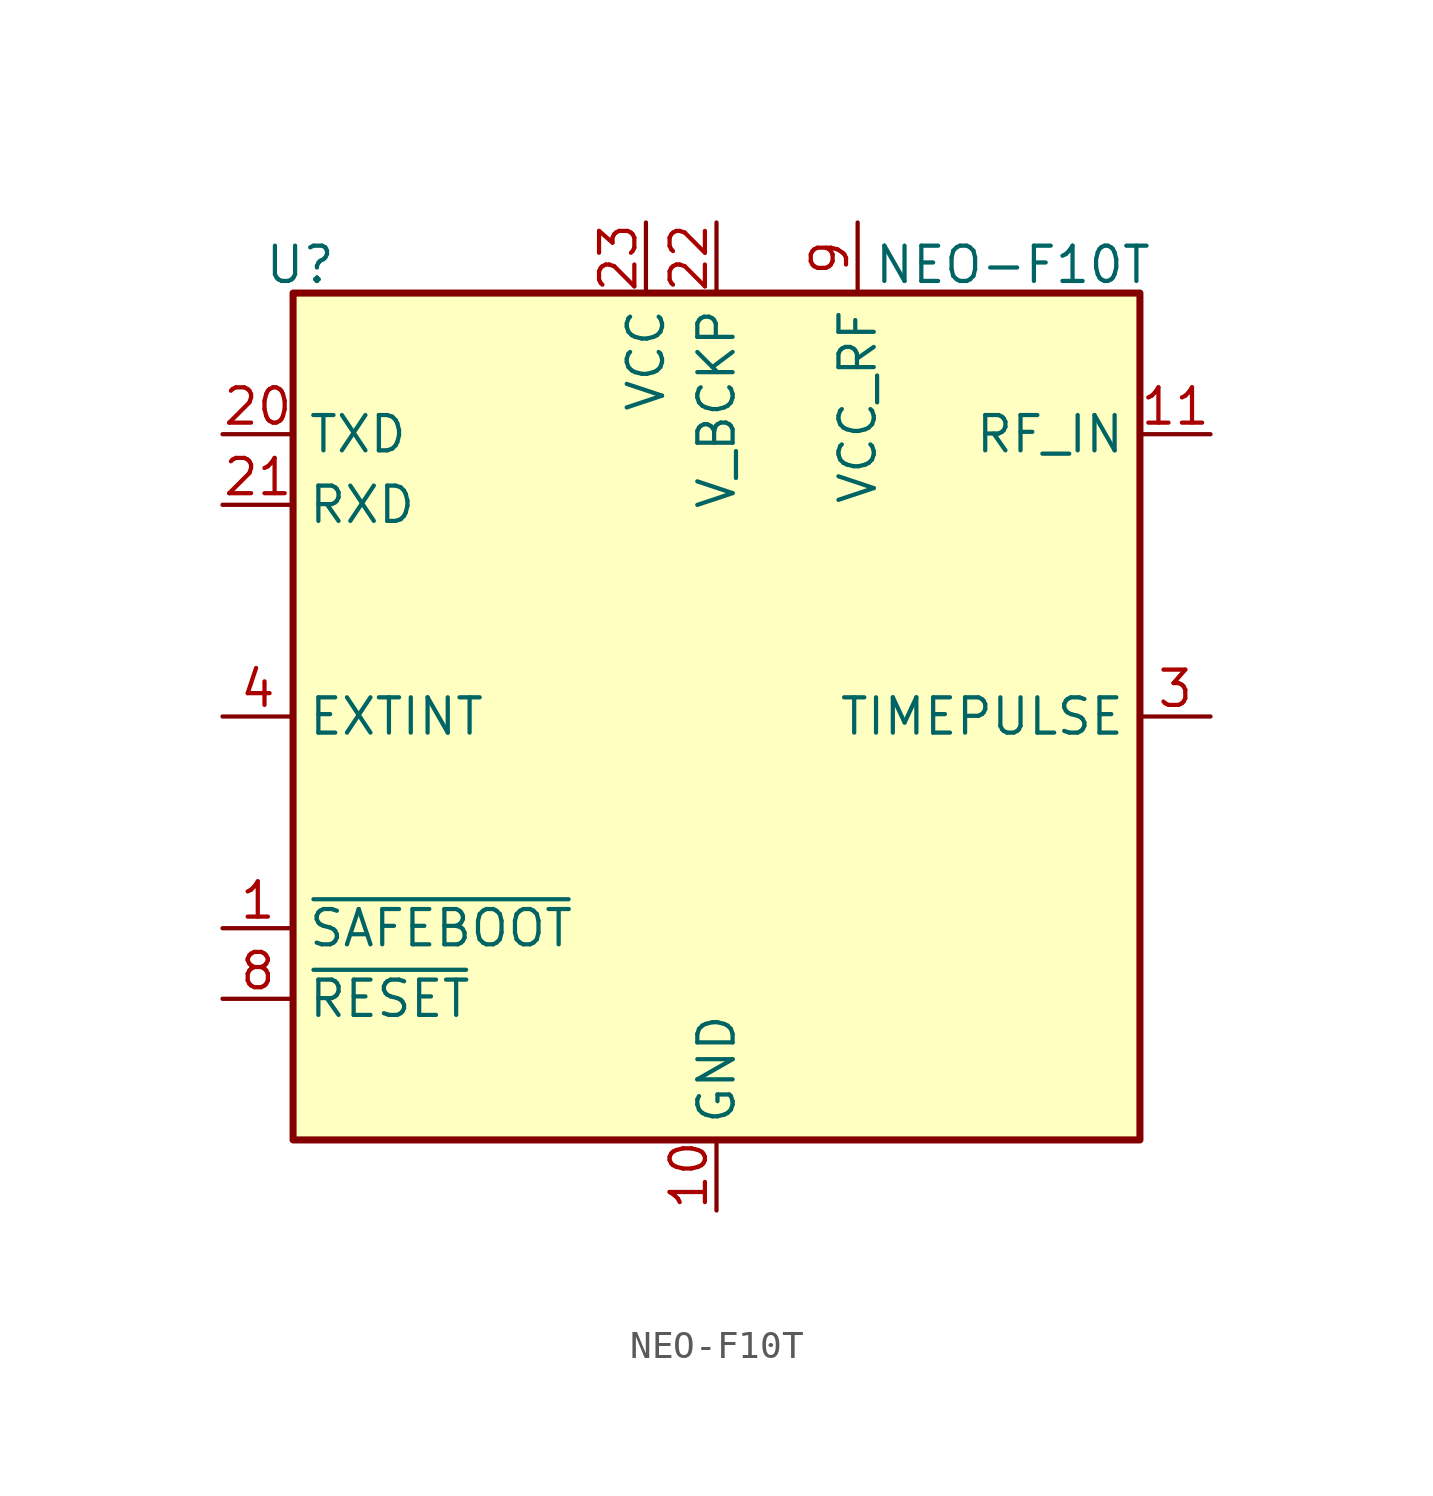
<source format=kicad_sym>
(kicad_symbol_lib
  (version 20231120)
  (generator "kicad_symbol_editor")
  (generator_version "8.0")
  (symbol "NEO-F10T"
    (property "Reference" "U"
      (at -14.986 16.256 0)
      (effects (font (size 1.27 1.27))))
    (property "Value" "NEO-F10T"
      (at 10.668 16.256 0)
      (effects (font (size 1.27 1.27))))
    (symbol "NEO-F10T_0_1"
      (rectangle (start -15.24 15.24) (end 15.24 -15.24) (stroke (width 0.254) (type default)) (fill (type background))))
    (symbol "NEO-F10T_1_1"
      (pin input line (at -17.78 -7.62 0) (length 2.54) (name "~{SAFEBOOT}" (effects (font (size 1.27 1.27)))) (number "1" (effects (font (size 1.27 1.27)))))
      (pin power_in line (at 0 -17.78 90) (length 2.54) (name "GND" (effects (font (size 1.27 1.27)))) (number "10" (effects (font (size 1.27 1.27)))))
      (pin input line (at 17.78 10.16 180) (length 2.54) (name "RF_IN" (effects (font (size 1.27 1.27)))) (number "11" (effects (font (size 1.27 1.27)))))
      (pin passive line (at 0 -17.78 90) (length 2.54) hide (name "GND" (effects (font (size 1.27 1.27)))) (number "12" (effects (font (size 1.27 1.27)))))
      (pin passive line (at 0 -17.78 90) (length 2.54) hide (name "GND" (effects (font (size 1.27 1.27)))) (number "13" (effects (font (size 1.27 1.27)))))
      (pin no_connect line (at -15.24 5.08 0) (length 2.54) hide (name "RESERVED" (effects (font (size 1.27 1.27)))) (number "14" (effects (font (size 1.27 1.27)))))
      (pin no_connect line (at -15.24 2.54 0) (length 2.54) hide (name "RESERVED" (effects (font (size 1.27 1.27)))) (number "15" (effects (font (size 1.27 1.27)))))
      (pin no_connect line (at -15.24 -2.54 0) (length 2.54) hide (name "RESERVED" (effects (font (size 1.27 1.27)))) (number "16" (effects (font (size 1.27 1.27)))))
      (pin no_connect line (at -15.24 -5.08 0) (length 2.54) hide (name "RESERVED" (effects (font (size 1.27 1.27)))) (number "17" (effects (font (size 1.27 1.27)))))
      (pin no_connect line (at 15.24 -5.08 180) (length 2.54) hide (name "RESERVED" (effects (font (size 1.27 1.27)))) (number "18" (effects (font (size 1.27 1.27)))))
      (pin no_connect line (at 15.24 -7.62 180) (length 2.54) hide (name "RESERVED" (effects (font (size 1.27 1.27)))) (number "19" (effects (font (size 1.27 1.27)))))
      (pin no_connect line (at 15.24 7.62 180) (length 2.54) hide (name "RESERVED" (effects (font (size 1.27 1.27)))) (number "2" (effects (font (size 1.27 1.27)))))
      (pin output line (at -17.78 10.16 0) (length 2.54) (name "TXD" (effects (font (size 1.27 1.27)))) (number "20" (effects (font (size 1.27 1.27)))))
      (pin input line (at -17.78 7.62 0) (length 2.54) (name "RXD" (effects (font (size 1.27 1.27)))) (number "21" (effects (font (size 1.27 1.27)))))
      (pin power_in line (at 0 17.78 270) (length 2.54) (name "V_BCKP" (effects (font (size 1.27 1.27)))) (number "22" (effects (font (size 1.27 1.27)))))
      (pin power_in line (at -2.54 17.78 270) (length 2.54) (name "VCC" (effects (font (size 1.27 1.27)))) (number "23" (effects (font (size 1.27 1.27)))))
      (pin passive line (at 0 -17.78 90) (length 2.54) hide (name "GND" (effects (font (size 1.27 1.27)))) (number "24" (effects (font (size 1.27 1.27)))))
      (pin output line (at 17.78 0 180) (length 2.54) (name "TIMEPULSE" (effects (font (size 1.27 1.27)))) (number "3" (effects (font (size 1.27 1.27)))))
      (pin input line (at -17.78 0 0) (length 2.54) (name "EXTINT" (effects (font (size 1.27 1.27)))) (number "4" (effects (font (size 1.27 1.27)))))
      (pin no_connect line (at 15.24 5.08 180) (length 2.54) hide (name "RESERVED" (effects (font (size 1.27 1.27)))) (number "5" (effects (font (size 1.27 1.27)))))
      (pin no_connect line (at 15.24 2.54 180) (length 2.54) hide (name "RESERVED" (effects (font (size 1.27 1.27)))) (number "6" (effects (font (size 1.27 1.27)))))
      (pin no_connect line (at 15.24 -2.54 180) (length 2.54) hide (name "RESERVED" (effects (font (size 1.27 1.27)))) (number "7" (effects (font (size 1.27 1.27)))))
      (pin input line (at -17.78 -10.16 0) (length 2.54) (name "~{RESET}" (effects (font (size 1.27 1.27)))) (number "8" (effects (font (size 1.27 1.27)))))
      (pin power_out line (at 5.08 17.78 270) (length 2.54) (name "VCC_RF" (effects (font (size 1.27 1.27)))) (number "9" (effects (font (size 1.27 1.27))))))))
</source>
